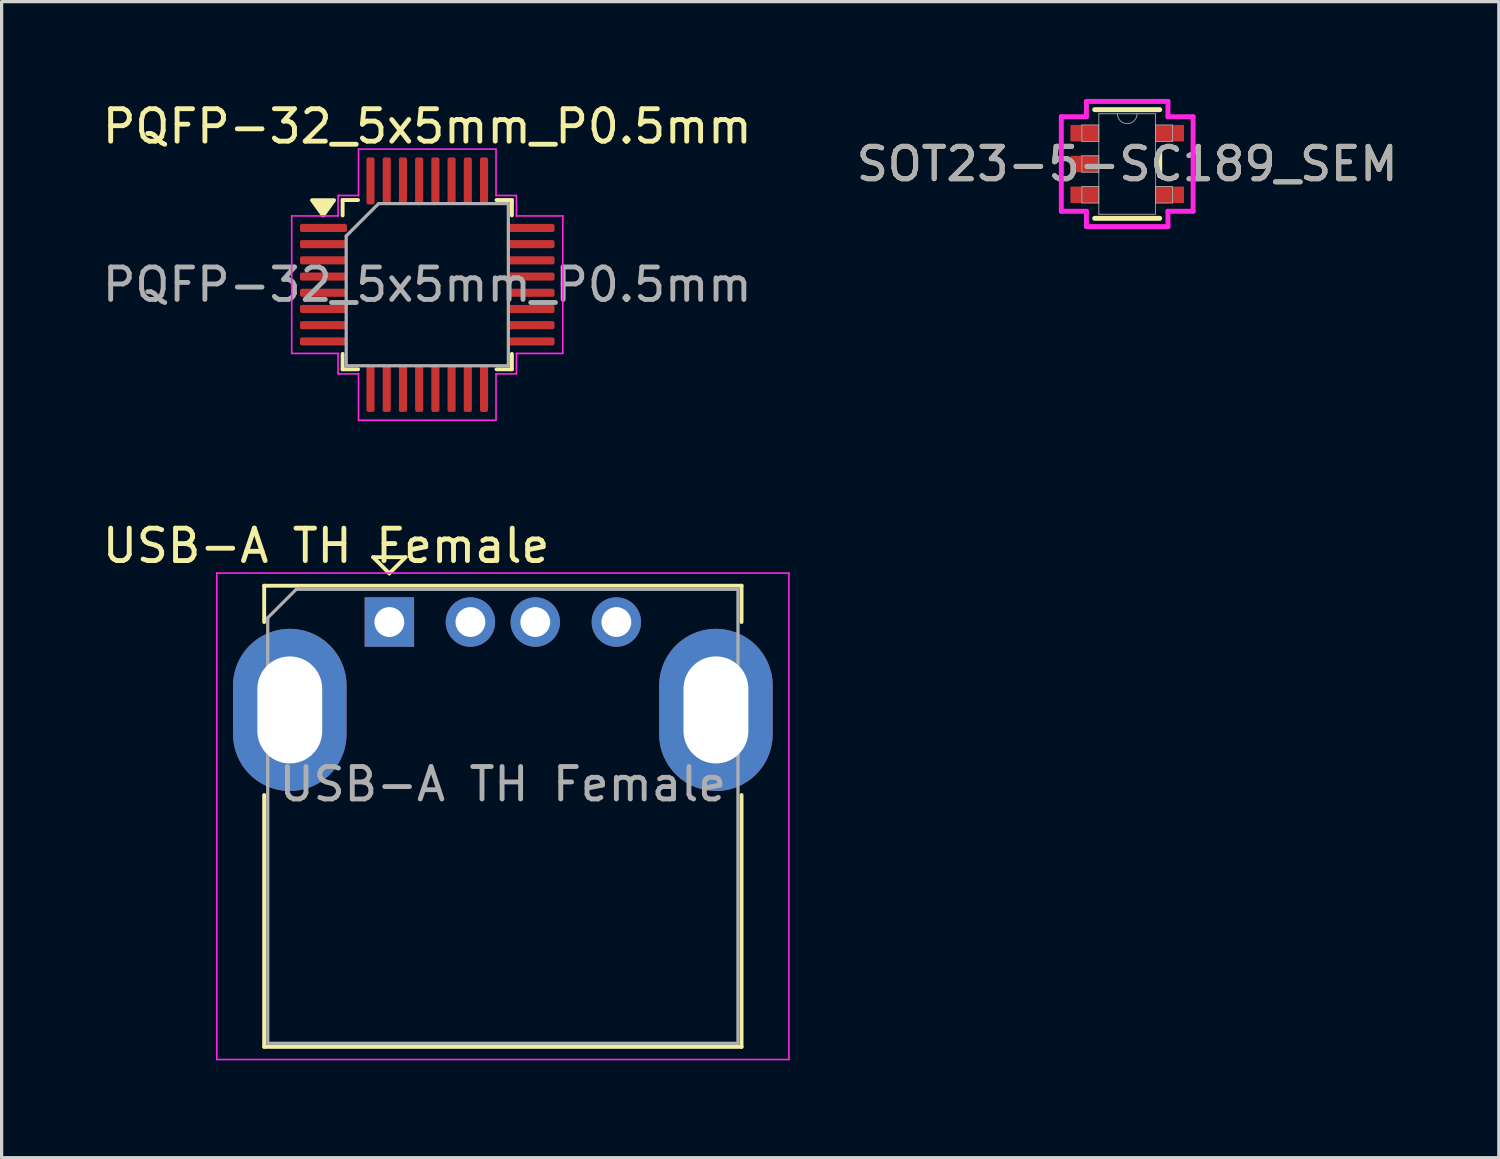
<source format=kicad_pcb>
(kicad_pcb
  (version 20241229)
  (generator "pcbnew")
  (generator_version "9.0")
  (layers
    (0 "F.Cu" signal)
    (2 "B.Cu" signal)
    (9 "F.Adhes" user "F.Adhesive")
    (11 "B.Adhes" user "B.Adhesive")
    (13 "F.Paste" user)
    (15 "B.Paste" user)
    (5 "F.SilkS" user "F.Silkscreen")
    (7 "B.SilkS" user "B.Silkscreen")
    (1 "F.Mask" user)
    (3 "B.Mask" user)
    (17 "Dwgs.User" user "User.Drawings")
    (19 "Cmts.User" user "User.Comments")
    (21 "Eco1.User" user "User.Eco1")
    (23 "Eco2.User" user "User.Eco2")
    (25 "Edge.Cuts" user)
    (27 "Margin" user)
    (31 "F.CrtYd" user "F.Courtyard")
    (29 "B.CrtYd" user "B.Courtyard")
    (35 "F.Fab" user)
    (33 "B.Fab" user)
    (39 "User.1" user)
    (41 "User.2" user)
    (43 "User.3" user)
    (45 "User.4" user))
  (footprint "SOT23-5-SC189_SEM"
    (layer "F.Cu")
    (at 31.708 2.007)
    (property "Reference" "SOT23-5-SC189_SEM" (at 0 0 0) (unlocked yes) (layer "F.SilkS") (effects (font (size 1 1) (thickness 0.15))))
    (attr smd)
    (fp_line (start -1.003 1.676) (end 1.003 1.676) (stroke (width 0.152) (type solid)) (layer "F.SilkS"))
    (fp_line (start 1.003 -1.676) (end -1.003 -1.676) (stroke (width 0.152) (type solid)) (layer "F.SilkS"))
    (fp_line (start 1.003 0.363) (end 1.003 -0.363) (stroke (width 0.152) (type solid)) (layer "F.SilkS"))
    (fp_line (start -2.032 -1.458) (end -1.257 -1.458) (stroke (width 0.152) (type solid)) (layer "F.CrtYd"))
    (fp_line (start -2.032 1.458) (end -2.032 -1.458) (stroke (width 0.152) (type solid)) (layer "F.CrtYd"))
    (fp_line (start -1.257 -1.93) (end 1.257 -1.93) (stroke (width 0.152) (type solid)) (layer "F.CrtYd"))
    (fp_line (start -1.257 -1.458) (end -1.257 -1.93) (stroke (width 0.152) (type solid)) (layer "F.CrtYd"))
    (fp_line (start -1.257 1.458) (end -2.032 1.458) (stroke (width 0.152) (type solid)) (layer "F.CrtYd"))
    (fp_line (start -1.257 1.93) (end -1.257 1.458) (stroke (width 0.152) (type solid)) (layer "F.CrtYd"))
    (fp_line (start 1.257 -1.93) (end 1.257 -1.458) (stroke (width 0.152) (type solid)) (layer "F.CrtYd"))
    (fp_line (start 1.257 -1.458) (end 2.032 -1.458) (stroke (width 0.152) (type solid)) (layer "F.CrtYd"))
    (fp_line (start 1.257 1.458) (end 1.257 1.93) (stroke (width 0.152) (type solid)) (layer "F.CrtYd"))
    (fp_line (start 1.257 1.93) (end -1.257 1.93) (stroke (width 0.152) (type solid)) (layer "F.CrtYd"))
    (fp_line (start 2.032 -1.458) (end 2.032 1.458) (stroke (width 0.152) (type solid)) (layer "F.CrtYd"))
    (fp_line (start 2.032 1.458) (end 1.257 1.458) (stroke (width 0.152) (type solid)) (layer "F.CrtYd"))
    (fp_line (start -1.397 -1.204) (end -1.397 -0.696) (stroke (width 0.025) (type solid)) (layer "F.Fab"))
    (fp_line (start -1.397 -0.696) (end -0.876 -0.696) (stroke (width 0.025) (type solid)) (layer "F.Fab"))
    (fp_line (start -1.397 -0.254) (end -1.397 0.254) (stroke (width 0.025) (type solid)) (layer "F.Fab"))
    (fp_line (start -1.397 0.254) (end -0.876 0.254) (stroke (width 0.025) (type solid)) (layer "F.Fab"))
    (fp_line (start -1.397 0.696) (end -1.397 1.204) (stroke (width 0.025) (type solid)) (layer "F.Fab"))
    (fp_line (start -1.397 1.204) (end -0.876 1.204) (stroke (width 0.025) (type solid)) (layer "F.Fab"))
    (fp_line (start -0.876 -1.549) (end -0.876 1.549) (stroke (width 0.025) (type solid)) (layer "F.Fab"))
    (fp_line (start -0.876 -1.204) (end -1.397 -1.204) (stroke (width 0.025) (type solid)) (layer "F.Fab"))
    (fp_line (start -0.876 -0.696) (end -0.876 -1.204) (stroke (width 0.025) (type solid)) (layer "F.Fab"))
    (fp_line (start -0.876 -0.254) (end -1.397 -0.254) (stroke (width 0.025) (type solid)) (layer "F.Fab"))
    (fp_line (start -0.876 0.254) (end -0.876 -0.254) (stroke (width 0.025) (type solid)) (layer "F.Fab"))
    (fp_line (start -0.876 0.696) (end -1.397 0.696) (stroke (width 0.025) (type solid)) (layer "F.Fab"))
    (fp_line (start -0.876 1.204) (end -0.876 0.696) (stroke (width 0.025) (type solid)) (layer "F.Fab"))
    (fp_line (start -0.876 1.549) (end 0.876 1.549) (stroke (width 0.025) (type solid)) (layer "F.Fab"))
    (fp_line (start 0.876 -1.549) (end -0.876 -1.549) (stroke (width 0.025) (type solid)) (layer "F.Fab"))
    (fp_line (start 0.876 -1.204) (end 0.876 -0.696) (stroke (width 0.025) (type solid)) (layer "F.Fab"))
    (fp_line (start 0.876 -0.696) (end 1.397 -0.696) (stroke (width 0.025) (type solid)) (layer "F.Fab"))
    (fp_line (start 0.876 0.696) (end 0.876 1.204) (stroke (width 0.025) (type solid)) (layer "F.Fab"))
    (fp_line (start 0.876 1.204) (end 1.397 1.204) (stroke (width 0.025) (type solid)) (layer "F.Fab"))
    (fp_line (start 0.876 1.549) (end 0.876 -1.549) (stroke (width 0.025) (type solid)) (layer "F.Fab"))
    (fp_line (start 1.397 -1.204) (end 0.876 -1.204) (stroke (width 0.025) (type solid)) (layer "F.Fab"))
    (fp_line (start 1.397 -0.696) (end 1.397 -1.204) (stroke (width 0.025) (type solid)) (layer "F.Fab"))
    (fp_line (start 1.397 0.696) (end 0.876 0.696) (stroke (width 0.025) (type solid)) (layer "F.Fab"))
    (fp_line (start 1.397 1.204) (end 1.397 0.696) (stroke (width 0.025) (type solid)) (layer "F.Fab"))
    (fp_arc (start 0.3048 -1.5494) (mid 0 -1.2446) (end -0.3048 -1.5494) (stroke (width 0.0254) (type solid)) (layer "F.Fab"))
    (fp_text user "${REFERENCE}" (at 0 0 0) (unlocked yes) (layer "F.Fab") (effects (font (size 1 1) (thickness 0.15))))
    (pad "1" smd rect (at -1.314 -0.95) (size 0.876 0.508) (layers "F.Cu" "F.Mask" "F.Paste"))
    (pad "2" smd rect (at -1.314 0) (size 0.876 0.508) (layers "F.Cu" "F.Mask" "F.Paste"))
    (pad "3" smd rect (at -1.314 0.95) (size 0.876 0.508) (layers "F.Cu" "F.Mask" "F.Paste"))
    (pad "4" smd rect (at 1.314 0.95) (size 0.876 0.508) (layers "F.Cu" "F.Mask" "F.Paste"))
    (pad "5" smd rect (at 1.314 -0.95) (size 0.876 0.508) (layers "F.Cu" "F.Mask" "F.Paste")))
  (footprint "USB-A TH Female"
    (layer "F.Cu")
    (at 8.956 16.131)
    (property "Reference" "USB-A TH Female" (at -1.95 -2.35 0) (layer "F.SilkS") (effects (font (size 1 1) (thickness 0.15))))
    (attr through_hole)
    (fp_line (start -3.86 -1.12) (end -3.86 0) (stroke (width 0.12) (type solid)) (layer "F.SilkS"))
    (fp_line (start -3.86 -1.12) (end 10.86 -1.12) (stroke (width 0.12) (type solid)) (layer "F.SilkS"))
    (fp_line (start -3.86 5.334) (end -3.86 13.1) (stroke (width 0.12) (type solid)) (layer "F.SilkS"))
    (fp_line (start -3.86 13.1) (end 10.86 13.1) (stroke (width 0.12) (type solid)) (layer "F.SilkS"))
    (fp_line (start -0.5 -2) (end 0 -1.5) (stroke (width 0.12) (type solid)) (layer "F.SilkS"))
    (fp_line (start 0 -1.5) (end 0.5 -2) (stroke (width 0.12) (type solid)) (layer "F.SilkS"))
    (fp_line (start 0.5 -2) (end -0.5 -2) (stroke (width 0.12) (type solid)) (layer "F.SilkS"))
    (fp_line (start 10.86 0) (end 10.86 -1.12) (stroke (width 0.12) (type solid)) (layer "F.SilkS"))
    (fp_line (start 10.86 5.334) (end 10.86 13.1) (stroke (width 0.12) (type solid)) (layer "F.SilkS"))
    (fp_line (start -5.32 -1.51) (end -5.32 13.49) (stroke (width 0.05) (type solid)) (layer "F.CrtYd"))
    (fp_line (start -5.32 -1.51) (end 12.32 -1.51) (stroke (width 0.05) (type solid)) (layer "F.CrtYd"))
    (fp_line (start 12.32 -1.51) (end 12.32 13.49) (stroke (width 0.05) (type solid)) (layer "F.CrtYd"))
    (fp_line (start 12.32 13.49) (end -5.32 13.49) (stroke (width 0.05) (type solid)) (layer "F.CrtYd"))
    (fp_line (start -3.75 -0.13) (end -3.75 12.99) (stroke (width 0.1) (type solid)) (layer "F.Fab"))
    (fp_line (start -3.75 12.99) (end 10.75 12.99) (stroke (width 0.1) (type solid)) (layer "F.Fab"))
    (fp_line (start -2.87 -1.01) (end -3.75 -0.13) (stroke (width 0.1) (type solid)) (layer "F.Fab"))
    (fp_line (start -2.87 -1.01) (end 10.75 -1.01) (stroke (width 0.1) (type solid)) (layer "F.Fab"))
    (fp_line (start 10.75 -1.01) (end 10.75 12.99) (stroke (width 0.1) (type solid)) (layer "F.Fab"))
    (fp_text user "${REFERENCE}" (at 3.5 5 0) (layer "F.Fab") (effects (font (size 1 1) (thickness 0.15))))
    (pad "1" thru_hole rect (at 0 0) (size 1.524 1.524) (drill 0.92) (layers "*.Cu" "*.Mask"))
    (pad "2" thru_hole circle (at 2.5 0) (size 1.524 1.524) (drill 0.92) (layers "*.Cu" "*.Mask"))
    (pad "3" thru_hole circle (at 4.5 0) (size 1.524 1.524) (drill 0.92) (layers "*.Cu" "*.Mask"))
    (pad "4" thru_hole circle (at 7 0) (size 1.524 1.524) (drill 0.92) (layers "*.Cu" "*.Mask"))
    (pad "5" thru_hole oval (at -3.07 2.71) (size 3.5 5) (drill oval 2 3.3) (layers "*.Cu" "*.Mask"))
    (pad "5" thru_hole oval (at 10.07 2.71) (size 3.5 5) (drill oval 2 3.3) (layers "*.Cu" "*.Mask")))
  (footprint "PQFP-32_5x5mm_P0.5mm"
    (layer "F.Cu")
    (at 10.125 5.728)
    (property "Reference" "PQFP-32_5x5mm_P0.5mm" (at 0 -4.88 0) (layer "F.SilkS") (effects (font (size 1 1) (thickness 0.15))))
    (attr smd)
    (fp_line (start -2.61 -2.61) (end -2.61 -2.135) (stroke (width 0.12) (type solid)) (layer "F.SilkS"))
    (fp_line (start -2.61 2.61) (end -2.61 2.135) (stroke (width 0.12) (type solid)) (layer "F.SilkS"))
    (fp_line (start -2.135 -2.61) (end -2.61 -2.61) (stroke (width 0.12) (type solid)) (layer "F.SilkS"))
    (fp_line (start -2.135 2.61) (end -2.61 2.61) (stroke (width 0.12) (type solid)) (layer "F.SilkS"))
    (fp_line (start 2.135 -2.61) (end 2.61 -2.61) (stroke (width 0.12) (type solid)) (layer "F.SilkS"))
    (fp_line (start 2.135 2.61) (end 2.61 2.61) (stroke (width 0.12) (type solid)) (layer "F.SilkS"))
    (fp_line (start 2.61 -2.61) (end 2.61 -2.135) (stroke (width 0.12) (type solid)) (layer "F.SilkS"))
    (fp_line (start 2.61 2.61) (end 2.61 2.135) (stroke (width 0.12) (type solid)) (layer "F.SilkS"))
    (fp_poly (pts (xy -3.212 -2.135) (xy -3.553 -2.605) (xy -2.873 -2.605) (xy -3.212 -2.135)) (stroke (width 0.12) (type solid)) (fill yes) (layer "F.SilkS"))
    (fp_line (start -4.18 -2.12) (end -4.18 0) (stroke (width 0.05) (type solid)) (layer "F.CrtYd"))
    (fp_line (start -4.18 2.12) (end -4.18 0) (stroke (width 0.05) (type solid)) (layer "F.CrtYd"))
    (fp_line (start -2.75 -2.75) (end -2.75 -2.12) (stroke (width 0.05) (type solid)) (layer "F.CrtYd"))
    (fp_line (start -2.75 -2.12) (end -4.18 -2.12) (stroke (width 0.05) (type solid)) (layer "F.CrtYd"))
    (fp_line (start -2.75 2.12) (end -4.18 2.12) (stroke (width 0.05) (type solid)) (layer "F.CrtYd"))
    (fp_line (start -2.75 2.75) (end -2.75 2.12) (stroke (width 0.05) (type solid)) (layer "F.CrtYd"))
    (fp_line (start -2.12 -4.18) (end -2.12 -2.75) (stroke (width 0.05) (type solid)) (layer "F.CrtYd"))
    (fp_line (start -2.12 -2.75) (end -2.75 -2.75) (stroke (width 0.05) (type solid)) (layer "F.CrtYd"))
    (fp_line (start -2.12 2.75) (end -2.75 2.75) (stroke (width 0.05) (type solid)) (layer "F.CrtYd"))
    (fp_line (start -2.12 4.18) (end -2.12 2.75) (stroke (width 0.05) (type solid)) (layer "F.CrtYd"))
    (fp_line (start 0 -4.18) (end -2.12 -4.18) (stroke (width 0.05) (type solid)) (layer "F.CrtYd"))
    (fp_line (start 0 -4.18) (end 2.12 -4.18) (stroke (width 0.05) (type solid)) (layer "F.CrtYd"))
    (fp_line (start 0 4.18) (end -2.12 4.18) (stroke (width 0.05) (type solid)) (layer "F.CrtYd"))
    (fp_line (start 0 4.18) (end 2.12 4.18) (stroke (width 0.05) (type solid)) (layer "F.CrtYd"))
    (fp_line (start 2.12 -4.18) (end 2.12 -2.75) (stroke (width 0.05) (type solid)) (layer "F.CrtYd"))
    (fp_line (start 2.12 -2.75) (end 2.75 -2.75) (stroke (width 0.05) (type solid)) (layer "F.CrtYd"))
    (fp_line (start 2.12 2.75) (end 2.75 2.75) (stroke (width 0.05) (type solid)) (layer "F.CrtYd"))
    (fp_line (start 2.12 4.18) (end 2.12 2.75) (stroke (width 0.05) (type solid)) (layer "F.CrtYd"))
    (fp_line (start 2.75 -2.75) (end 2.75 -2.12) (stroke (width 0.05) (type solid)) (layer "F.CrtYd"))
    (fp_line (start 2.75 -2.12) (end 4.18 -2.12) (stroke (width 0.05) (type solid)) (layer "F.CrtYd"))
    (fp_line (start 2.75 2.12) (end 4.18 2.12) (stroke (width 0.05) (type solid)) (layer "F.CrtYd"))
    (fp_line (start 2.75 2.75) (end 2.75 2.12) (stroke (width 0.05) (type solid)) (layer "F.CrtYd"))
    (fp_line (start 4.18 -2.12) (end 4.18 0) (stroke (width 0.05) (type solid)) (layer "F.CrtYd"))
    (fp_line (start 4.18 2.12) (end 4.18 0) (stroke (width 0.05) (type solid)) (layer "F.CrtYd"))
    (fp_line (start -2.5 -1.5) (end -1.5 -2.5) (stroke (width 0.1) (type solid)) (layer "F.Fab"))
    (fp_line (start -2.5 2.5) (end -2.5 -1.5) (stroke (width 0.1) (type solid)) (layer "F.Fab"))
    (fp_line (start -1.5 -2.5) (end 2.5 -2.5) (stroke (width 0.1) (type solid)) (layer "F.Fab"))
    (fp_line (start 2.5 -2.5) (end 2.5 2.5) (stroke (width 0.1) (type solid)) (layer "F.Fab"))
    (fp_line (start 2.5 2.5) (end -2.5 2.5) (stroke (width 0.1) (type solid)) (layer "F.Fab"))
    (fp_text user "${REFERENCE}" (at 0 0 0) (layer "F.Fab") (effects (font (size 1 1) (thickness 0.15))))
    (pad "1" smd roundrect (at -3.2 -1.75) (size 1.45 0.25) (layers "F.Cu" "F.Mask" "F.Paste") (roundrect_rratio 0.25))
    (pad "2" smd roundrect (at -3.2 -1.25) (size 1.45 0.25) (layers "F.Cu" "F.Mask" "F.Paste") (roundrect_rratio 0.25))
    (pad "3" smd roundrect (at -3.2 -0.75) (size 1.45 0.25) (layers "F.Cu" "F.Mask" "F.Paste") (roundrect_rratio 0.25))
    (pad "4" smd roundrect (at -3.2 -0.25) (size 1.45 0.25) (layers "F.Cu" "F.Mask" "F.Paste") (roundrect_rratio 0.25))
    (pad "5" smd roundrect (at -3.2 0.25) (size 1.45 0.25) (layers "F.Cu" "F.Mask" "F.Paste") (roundrect_rratio 0.25))
    (pad "6" smd roundrect (at -3.2 0.75) (size 1.45 0.25) (layers "F.Cu" "F.Mask" "F.Paste") (roundrect_rratio 0.25))
    (pad "7" smd roundrect (at -3.2 1.25) (size 1.45 0.25) (layers "F.Cu" "F.Mask" "F.Paste") (roundrect_rratio 0.25))
    (pad "8" smd roundrect (at -3.2 1.75) (size 1.45 0.25) (layers "F.Cu" "F.Mask" "F.Paste") (roundrect_rratio 0.25))
    (pad "9" smd roundrect (at -1.75 3.2) (size 0.25 1.45) (layers "F.Cu" "F.Mask" "F.Paste") (roundrect_rratio 0.25))
    (pad "10" smd roundrect (at -1.25 3.2) (size 0.25 1.45) (layers "F.Cu" "F.Mask" "F.Paste") (roundrect_rratio 0.25))
    (pad "11" smd roundrect (at -0.75 3.2) (size 0.25 1.45) (layers "F.Cu" "F.Mask" "F.Paste") (roundrect_rratio 0.25))
    (pad "12" smd roundrect (at -0.25 3.2) (size 0.25 1.45) (layers "F.Cu" "F.Mask" "F.Paste") (roundrect_rratio 0.25))
    (pad "13" smd roundrect (at 0.25 3.2) (size 0.25 1.45) (layers "F.Cu" "F.Mask" "F.Paste") (roundrect_rratio 0.25))
    (pad "14" smd roundrect (at 0.75 3.2) (size 0.25 1.45) (layers "F.Cu" "F.Mask" "F.Paste") (roundrect_rratio 0.25))
    (pad "15" smd roundrect (at 1.25 3.2) (size 0.25 1.45) (layers "F.Cu" "F.Mask" "F.Paste") (roundrect_rratio 0.25))
    (pad "16" smd roundrect (at 1.75 3.2) (size 0.25 1.45) (layers "F.Cu" "F.Mask" "F.Paste") (roundrect_rratio 0.25))
    (pad "17" smd roundrect (at 3.2 1.75) (size 1.45 0.25) (layers "F.Cu" "F.Mask" "F.Paste") (roundrect_rratio 0.25))
    (pad "18" smd roundrect (at 3.2 1.25) (size 1.45 0.25) (layers "F.Cu" "F.Mask" "F.Paste") (roundrect_rratio 0.25))
    (pad "19" smd roundrect (at 3.2 0.75) (size 1.45 0.25) (layers "F.Cu" "F.Mask" "F.Paste") (roundrect_rratio 0.25))
    (pad "20" smd roundrect (at 3.2 0.25) (size 1.45 0.25) (layers "F.Cu" "F.Mask" "F.Paste") (roundrect_rratio 0.25))
    (pad "21" smd roundrect (at 3.2 -0.25) (size 1.45 0.25) (layers "F.Cu" "F.Mask" "F.Paste") (roundrect_rratio 0.25))
    (pad "22" smd roundrect (at 3.2 -0.75) (size 1.45 0.25) (layers "F.Cu" "F.Mask" "F.Paste") (roundrect_rratio 0.25))
    (pad "23" smd roundrect (at 3.2 -1.25) (size 1.45 0.25) (layers "F.Cu" "F.Mask" "F.Paste") (roundrect_rratio 0.25))
    (pad "24" smd roundrect (at 3.2 -1.75) (size 1.45 0.25) (layers "F.Cu" "F.Mask" "F.Paste") (roundrect_rratio 0.25))
    (pad "25" smd roundrect (at 1.75 -3.2) (size 0.25 1.45) (layers "F.Cu" "F.Mask" "F.Paste") (roundrect_rratio 0.25))
    (pad "26" smd roundrect (at 1.25 -3.2) (size 0.25 1.45) (layers "F.Cu" "F.Mask" "F.Paste") (roundrect_rratio 0.25))
    (pad "27" smd roundrect (at 0.75 -3.2) (size 0.25 1.45) (layers "F.Cu" "F.Mask" "F.Paste") (roundrect_rratio 0.25))
    (pad "28" smd roundrect (at 0.25 -3.2) (size 0.25 1.45) (layers "F.Cu" "F.Mask" "F.Paste") (roundrect_rratio 0.25))
    (pad "29" smd roundrect (at -0.25 -3.2) (size 0.25 1.45) (layers "F.Cu" "F.Mask" "F.Paste") (roundrect_rratio 0.25))
    (pad "30" smd roundrect (at -0.75 -3.2) (size 0.25 1.45) (layers "F.Cu" "F.Mask" "F.Paste") (roundrect_rratio 0.25))
    (pad "31" smd roundrect (at -1.25 -3.2) (size 0.25 1.45) (layers "F.Cu" "F.Mask" "F.Paste") (roundrect_rratio 0.25))
    (pad "32" smd roundrect (at -1.75 -3.2) (size 0.25 1.45) (layers "F.Cu" "F.Mask" "F.Paste") (roundrect_rratio 0.25)))
  (gr_rect
    (start -3 -3)
    (end 43.167 32.647)
    (stroke (width 0.1) (type default))
    (fill no)
    (layer "Edge.Cuts")))
</source>
